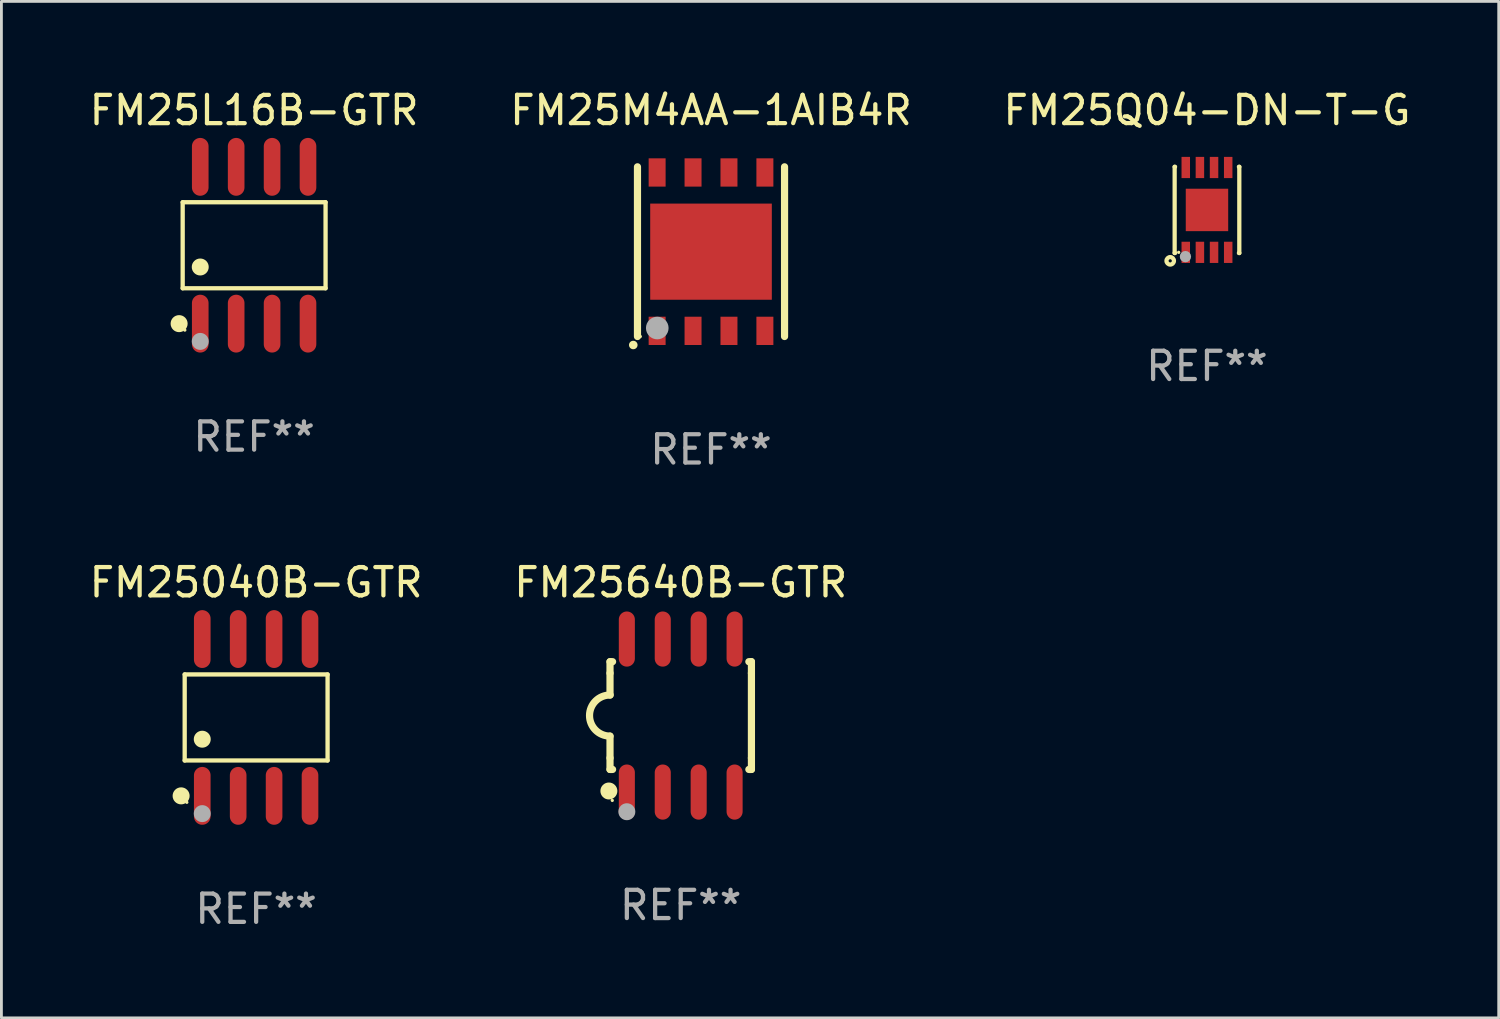
<source format=kicad_pcb>
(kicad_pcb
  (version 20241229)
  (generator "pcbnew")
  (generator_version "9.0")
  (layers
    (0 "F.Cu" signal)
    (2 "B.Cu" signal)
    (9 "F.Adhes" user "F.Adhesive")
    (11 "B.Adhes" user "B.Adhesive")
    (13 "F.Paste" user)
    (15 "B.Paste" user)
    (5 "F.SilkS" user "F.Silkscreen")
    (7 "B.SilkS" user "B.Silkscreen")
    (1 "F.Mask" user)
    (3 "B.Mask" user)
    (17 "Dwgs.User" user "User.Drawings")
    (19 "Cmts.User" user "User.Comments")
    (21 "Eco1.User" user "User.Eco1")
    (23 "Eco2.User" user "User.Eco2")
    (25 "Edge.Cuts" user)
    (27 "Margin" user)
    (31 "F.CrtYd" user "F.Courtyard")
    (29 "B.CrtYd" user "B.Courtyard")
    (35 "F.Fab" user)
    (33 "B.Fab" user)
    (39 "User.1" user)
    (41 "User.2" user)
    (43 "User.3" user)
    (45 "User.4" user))
  (footprint "FM25640B-GTR"
    (layer "F.Cu")
    (at 21.018 22.25)
    (property "Reference" "FM25640B-GTR" (at 0 -4.705 0) (layer "F.SilkS") (effects (font (size 1 1) (thickness 0.15))))
    (attr through_hole)
    (fp_line (start -2.5 -1.905) (end -2.409 -1.905) (stroke (width 0.254) (type solid)) (layer "F.SilkS"))
    (fp_line (start -2.5 -1.5) (end -2.5 -1.905) (stroke (width 0.254) (type solid)) (layer "F.SilkS"))
    (fp_line (start -2.5 -1.5) (end -2.5 -0.726) (stroke (width 0.254) (type solid)) (layer "F.SilkS"))
    (fp_line (start -2.5 1.5) (end -2.5 0.727) (stroke (width 0.254) (type solid)) (layer "F.SilkS"))
    (fp_line (start -2.5 1.5) (end -2.5 1.905) (stroke (width 0.254) (type solid)) (layer "F.SilkS"))
    (fp_line (start -2.5 1.905) (end -2.409 1.905) (stroke (width 0.254) (type solid)) (layer "F.SilkS"))
    (fp_line (start 2.5 -1.905) (end 2.409 -1.905) (stroke (width 0.254) (type solid)) (layer "F.SilkS"))
    (fp_line (start 2.5 -1.5) (end 2.5 -1.905) (stroke (width 0.254) (type solid)) (layer "F.SilkS"))
    (fp_line (start 2.5 -1.5) (end 2.5 1.5) (stroke (width 0.254) (type solid)) (layer "F.SilkS"))
    (fp_line (start 2.5 1.5) (end 2.5 1.905) (stroke (width 0.254) (type solid)) (layer "F.SilkS"))
    (fp_line (start 2.5 1.905) (end 2.409 1.905) (stroke (width 0.254) (type solid)) (layer "F.SilkS"))
    (fp_arc (start -2.5 0.726568) (mid -3.220316 -0.0023) (end -2.495097 -0.726289) (stroke (width 0.254001) (type solid)) (layer "F.SilkS"))
    (fp_circle (center -2.54 2.667) (end -2.39 2.667) (stroke (width 0.3) (type solid)) (fill no) (layer "F.SilkS"))
    (fp_circle (center -2.42 3) (end -2.39 3) (stroke (width 0.06) (type solid)) (fill no) (layer "F.SilkS"))
    (fp_circle (center -1.905 3.4) (end -1.755 3.4) (stroke (width 0.3) (type solid)) (fill no) (layer "F.Fab"))
    (fp_text user "REF**" (at 0 6.705 0) (layer "F.Fab") (effects (font (size 1 1) (thickness 0.15))))
    (pad "1" smd oval (at -1.905 2.705) (size 0.568 1.95) (layers "F.Cu" "F.Mask" "F.Paste"))
    (pad "2" smd oval (at -0.635 2.705) (size 0.568 1.95) (layers "F.Cu" "F.Mask" "F.Paste"))
    (pad "3" smd oval (at 0.635 2.705) (size 0.568 1.95) (layers "F.Cu" "F.Mask" "F.Paste"))
    (pad "4" smd oval (at 1.905 2.705) (size 0.568 1.95) (layers "F.Cu" "F.Mask" "F.Paste"))
    (pad "5" smd oval (at 1.905 -2.705) (size 0.568 1.95) (layers "F.Cu" "F.Mask" "F.Paste"))
    (pad "6" smd oval (at 0.635 -2.705) (size 0.568 1.95) (layers "F.Cu" "F.Mask" "F.Paste"))
    (pad "7" smd oval (at -0.635 -2.705) (size 0.568 1.95) (layers "F.Cu" "F.Mask" "F.Paste"))
    (pad "8" smd oval (at -1.905 -2.705) (size 0.568 1.95) (layers "F.Cu" "F.Mask" "F.Paste")))
  (footprint "FM25L16B-GTR"
    (layer "F.Cu")
    (at 5.935 5.621)
    (property "Reference" "FM25L16B-GTR" (at 0 -4.772 0) (layer "F.SilkS") (effects (font (size 1 1) (thickness 0.15))))
    (attr through_hole)
    (fp_line (start -2.526 -1.521) (end 2.526 -1.521) (stroke (width 0.152) (type solid)) (layer "F.SilkS"))
    (fp_line (start -2.526 1.521) (end -2.526 -1.521) (stroke (width 0.152) (type solid)) (layer "F.SilkS"))
    (fp_line (start 2.526 -1.521) (end 2.526 1.521) (stroke (width 0.152) (type solid)) (layer "F.SilkS"))
    (fp_line (start 2.526 1.521) (end -2.526 1.521) (stroke (width 0.152) (type solid)) (layer "F.SilkS"))
    (fp_circle (center -2.652 2.772) (end -2.501 2.772) (stroke (width 0.3) (type solid)) (fill no) (layer "F.SilkS"))
    (fp_circle (center -2.45 3) (end -2.42 3) (stroke (width 0.06) (type solid)) (fill no) (layer "F.SilkS"))
    (fp_circle (center -1.905 0.769) (end -1.755 0.769) (stroke (width 0.3) (type solid)) (fill no) (layer "F.SilkS"))
    (fp_circle (center -1.905 3.4) (end -1.755 3.4) (stroke (width 0.3) (type solid)) (fill no) (layer "F.Fab"))
    (fp_text user "REF**" (at 0 6.772 0) (layer "F.Fab") (effects (font (size 1 1) (thickness 0.15))))
    (pad "1" smd oval (at -1.905 2.772) (size 0.588 2.045) (layers "F.Cu" "F.Mask" "F.Paste"))
    (pad "2" smd oval (at -0.635 2.772) (size 0.588 2.045) (layers "F.Cu" "F.Mask" "F.Paste"))
    (pad "3" smd oval (at 0.635 2.772) (size 0.588 2.045) (layers "F.Cu" "F.Mask" "F.Paste"))
    (pad "4" smd oval (at 1.905 2.772) (size 0.588 2.045) (layers "F.Cu" "F.Mask" "F.Paste"))
    (pad "5" smd oval (at 1.905 -2.772) (size 0.588 2.045) (layers "F.Cu" "F.Mask" "F.Paste"))
    (pad "6" smd oval (at 0.635 -2.772) (size 0.588 2.045) (layers "F.Cu" "F.Mask" "F.Paste"))
    (pad "7" smd oval (at -0.635 -2.772) (size 0.588 2.045) (layers "F.Cu" "F.Mask" "F.Paste"))
    (pad "8" smd oval (at -1.905 -2.772) (size 0.588 2.045) (layers "F.Cu" "F.Mask" "F.Paste")))
  (footprint "FM25M4AA-1AIB4R"
    (layer "F.Cu")
    (at 22.089 5.848)
    (property "Reference" "FM25M4AA-1AIB4R" (at 0 -5 0) (layer "F.SilkS") (effects (font (size 1 1) (thickness 0.15))))
    (attr through_hole)
    (fp_line (start -2.6 3) (end -2.6 -3) (stroke (width 0.254) (type solid)) (layer "F.SilkS"))
    (fp_line (start 2.6 3) (end 2.6 -3) (stroke (width 0.254) (type solid)) (layer "F.SilkS"))
    (fp_arc (start -2.74986 3.300127) (mid -2.74859 3.300122) (end -2.74732 3.300127) (stroke (width 0.3) (type solid)) (layer "F.SilkS"))
    (fp_circle (center -2.5 3) (end -2.47 3) (stroke (width 0.06) (type solid)) (fill no) (layer "F.SilkS"))
    (fp_circle (center -1.9 2.7) (end -1.7 2.7) (stroke (width 0.4) (type solid)) (fill no) (layer "F.Fab"))
    (fp_text user "REF**" (at 0 7 0) (layer "F.Fab") (effects (font (size 1 1) (thickness 0.15))))
    (pad "1" smd rect (at -1.905 2.8 180) (size 0.6 1) (layers "F.Cu" "F.Mask" "F.Paste"))
    (pad "2" smd rect (at -0.635 2.8 180) (size 0.6 1) (layers "F.Cu" "F.Mask" "F.Paste"))
    (pad "3" smd rect (at 0.635 2.8 180) (size 0.6 1) (layers "F.Cu" "F.Mask" "F.Paste"))
    (pad "4" smd rect (at 1.905 2.8 180) (size 0.6 1) (layers "F.Cu" "F.Mask" "F.Paste"))
    (pad "5" smd rect (at 1.905 -2.8) (size 0.6 1) (layers "F.Cu" "F.Mask" "F.Paste"))
    (pad "6" smd rect (at 0.635 -2.8) (size 0.6 1) (layers "F.Cu" "F.Mask" "F.Paste"))
    (pad "7" smd rect (at -0.635 -2.8) (size 0.6 1) (layers "F.Cu" "F.Mask" "F.Paste"))
    (pad "8" smd rect (at -1.905 -2.8) (size 0.6 1) (layers "F.Cu" "F.Mask" "F.Paste"))
    (pad "9" smd rect (at 0.000127 0.000127 180) (size 4.3 3.4) (layers "F.Cu" "F.Mask" "F.Paste")))
  (footprint "FM25Q04-DN-T-G"
    (layer "F.Cu")
    (at 39.625 4.372)
    (property "Reference" "FM25Q04-DN-T-G" (at 0 -3.524 0) (layer "F.SilkS") (effects (font (size 1 1) (thickness 0.15))))
    (attr through_hole)
    (fp_line (start -1.143 -1.524) (end -1.143 1.524) (stroke (width 0.15) (type solid)) (layer "F.SilkS"))
    (fp_line (start -1.143 1.524) (end -1.129 1.524) (stroke (width 0.15) (type solid)) (layer "F.SilkS"))
    (fp_line (start -1.129 -1.524) (end -1.143 -1.524) (stroke (width 0.15) (type solid)) (layer "F.SilkS"))
    (fp_line (start 1.129 1.524) (end 1.143 1.524) (stroke (width 0.15) (type solid)) (layer "F.SilkS"))
    (fp_line (start 1.143 -1.524) (end 1.129 -1.524) (stroke (width 0.15) (type solid)) (layer "F.SilkS"))
    (fp_line (start 1.143 1.524) (end 1.143 -1.524) (stroke (width 0.15) (type solid)) (layer "F.SilkS"))
    (fp_circle (center -1.3 1.8) (end -1.243 1.8) (stroke (width 0.15) (type solid)) (fill no) (layer "F.SilkS"))
    (fp_circle (center -1 1.5) (end -0.97 1.5) (stroke (width 0.06) (type solid)) (fill no) (layer "F.SilkS"))
    (fp_circle (center -0.762 1.651) (end -0.662 1.651) (stroke (width 0.2) (type solid)) (fill no) (layer "F.Fab"))
    (fp_text user "REF**" (at 0 5.524 0) (layer "F.Fab") (effects (font (size 1 1) (thickness 0.15))))
    (pad "1" smd rect (at -0.75 1.5 90) (size 0.75 0.3) (layers "F.Cu" "F.Mask" "F.Paste"))
    (pad "2" smd rect (at -0.25 1.5 90) (size 0.75 0.3) (layers "F.Cu" "F.Mask" "F.Paste"))
    (pad "3" smd rect (at 0.25 1.5 90) (size 0.75 0.3) (layers "F.Cu" "F.Mask" "F.Paste"))
    (pad "4" smd rect (at 0.75 1.5 90) (size 0.75 0.3) (layers "F.Cu" "F.Mask" "F.Paste"))
    (pad "5" smd rect (at 0.75 -1.5 90) (size 0.75 0.3) (layers "F.Cu" "F.Mask" "F.Paste"))
    (pad "6" smd rect (at 0.25 -1.5 90) (size 0.75 0.3) (layers "F.Cu" "F.Mask" "F.Paste"))
    (pad "7" smd rect (at -0.25 -1.5 90) (size 0.75 0.3) (layers "F.Cu" "F.Mask" "F.Paste"))
    (pad "8" smd rect (at -0.75 -1.5 90) (size 0.75 0.3) (layers "F.Cu" "F.Mask" "F.Paste"))
    (pad "9" smd rect (at -0.000203 0.000457 90) (size 1.5 1.5) (layers "F.Cu" "F.Mask" "F.Paste")))
  (footprint "FM25040B-GTR"
    (layer "F.Cu")
    (at 6.006 22.317)
    (property "Reference" "FM25040B-GTR" (at 0 -4.772 0) (layer "F.SilkS") (effects (font (size 1 1) (thickness 0.15))))
    (attr through_hole)
    (fp_line (start -2.526 -1.521) (end 2.526 -1.521) (stroke (width 0.152) (type solid)) (layer "F.SilkS"))
    (fp_line (start -2.526 1.521) (end -2.526 -1.521) (stroke (width 0.152) (type solid)) (layer "F.SilkS"))
    (fp_line (start 2.526 -1.521) (end 2.526 1.521) (stroke (width 0.152) (type solid)) (layer "F.SilkS"))
    (fp_line (start 2.526 1.521) (end -2.526 1.521) (stroke (width 0.152) (type solid)) (layer "F.SilkS"))
    (fp_circle (center -2.652 2.772) (end -2.501 2.772) (stroke (width 0.3) (type solid)) (fill no) (layer "F.SilkS"))
    (fp_circle (center -2.45 3) (end -2.42 3) (stroke (width 0.06) (type solid)) (fill no) (layer "F.SilkS"))
    (fp_circle (center -1.905 0.769) (end -1.755 0.769) (stroke (width 0.3) (type solid)) (fill no) (layer "F.SilkS"))
    (fp_circle (center -1.905 3.4) (end -1.755 3.4) (stroke (width 0.3) (type solid)) (fill no) (layer "F.Fab"))
    (fp_text user "REF**" (at 0 6.772 0) (layer "F.Fab") (effects (font (size 1 1) (thickness 0.15))))
    (pad "1" smd oval (at -1.905 2.772) (size 0.588 2.045) (layers "F.Cu" "F.Mask" "F.Paste"))
    (pad "2" smd oval (at -0.635 2.772) (size 0.588 2.045) (layers "F.Cu" "F.Mask" "F.Paste"))
    (pad "3" smd oval (at 0.635 2.772) (size 0.588 2.045) (layers "F.Cu" "F.Mask" "F.Paste"))
    (pad "4" smd oval (at 1.905 2.772) (size 0.588 2.045) (layers "F.Cu" "F.Mask" "F.Paste"))
    (pad "5" smd oval (at 1.905 -2.772) (size 0.588 2.045) (layers "F.Cu" "F.Mask" "F.Paste"))
    (pad "6" smd oval (at 0.635 -2.772) (size 0.588 2.045) (layers "F.Cu" "F.Mask" "F.Paste"))
    (pad "7" smd oval (at -0.635 -2.772) (size 0.588 2.045) (layers "F.Cu" "F.Mask" "F.Paste"))
    (pad "8" smd oval (at -1.905 -2.772) (size 0.588 2.045) (layers "F.Cu" "F.Mask" "F.Paste")))
  (gr_rect
    (start -3 -3)
    (end 49.94 32.938)
    (stroke (width 0.1) (type default))
    (fill no)
    (layer "Edge.Cuts")))
</source>
